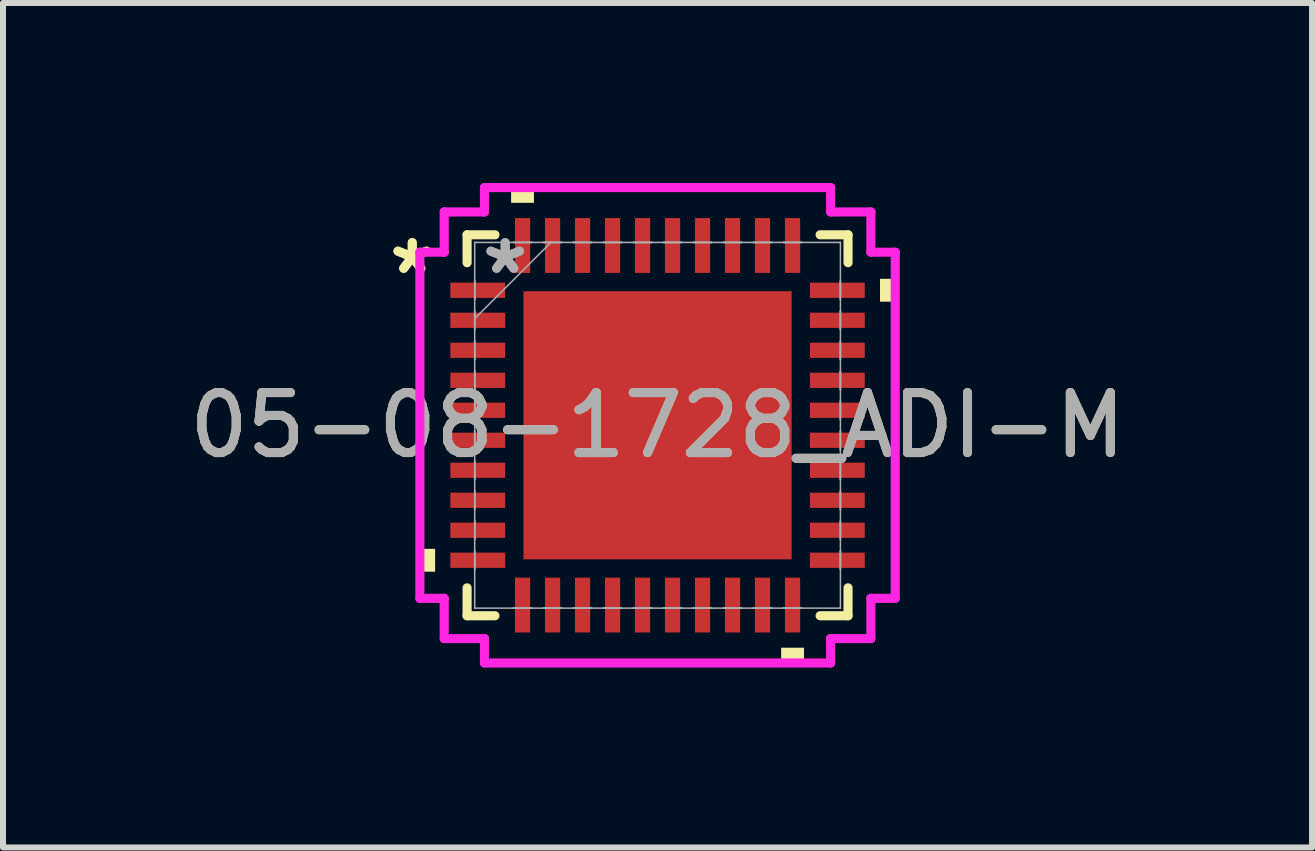
<source format=kicad_pcb>
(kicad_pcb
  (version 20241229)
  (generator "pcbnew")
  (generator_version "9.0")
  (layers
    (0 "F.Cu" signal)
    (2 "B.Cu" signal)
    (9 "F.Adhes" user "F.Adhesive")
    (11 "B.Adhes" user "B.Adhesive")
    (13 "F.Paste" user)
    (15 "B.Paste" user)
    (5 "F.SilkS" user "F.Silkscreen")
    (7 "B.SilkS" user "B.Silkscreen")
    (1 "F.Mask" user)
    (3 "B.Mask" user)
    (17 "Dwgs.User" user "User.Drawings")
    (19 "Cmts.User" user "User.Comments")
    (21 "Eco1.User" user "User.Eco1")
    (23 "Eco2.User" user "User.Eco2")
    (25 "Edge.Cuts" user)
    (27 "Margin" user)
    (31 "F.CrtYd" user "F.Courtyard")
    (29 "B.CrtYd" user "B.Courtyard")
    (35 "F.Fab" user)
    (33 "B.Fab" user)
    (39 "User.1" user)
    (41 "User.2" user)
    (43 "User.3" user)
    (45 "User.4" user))
  (footprint "05-08-1728_ADI-M"
    (layer "F.Cu")
    (at 7.911 4.039)
    (property "Reference" "05-08-1728_ADI-M" (at 0 0 0) (unlocked yes) (layer "F.SilkS") (effects (font (size 1 1) (thickness 0.15))))
    (attr smd)
    (fp_line (start -3.175 -3.175) (end -3.175 -2.71) (stroke (width 0.152) (type solid)) (layer "F.SilkS"))
    (fp_line (start -3.175 2.71) (end -3.175 3.175) (stroke (width 0.152) (type solid)) (layer "F.SilkS"))
    (fp_line (start -3.175 3.175) (end -2.71 3.175) (stroke (width 0.152) (type solid)) (layer "F.SilkS"))
    (fp_line (start -2.71 -3.175) (end -3.175 -3.175) (stroke (width 0.152) (type solid)) (layer "F.SilkS"))
    (fp_line (start 2.71 3.175) (end 3.175 3.175) (stroke (width 0.152) (type solid)) (layer "F.SilkS"))
    (fp_line (start 3.175 -3.175) (end 2.71 -3.175) (stroke (width 0.152) (type solid)) (layer "F.SilkS"))
    (fp_line (start 3.175 -2.71) (end 3.175 -3.175) (stroke (width 0.152) (type solid)) (layer "F.SilkS"))
    (fp_line (start 3.175 3.175) (end 3.175 2.71) (stroke (width 0.152) (type solid)) (layer "F.SilkS"))
    (fp_poly (pts (xy -3.962 2.06) (xy -3.962 2.441) (xy -3.708 2.441) (xy -3.708 2.06)) (stroke (width 0) (type solid)) (fill yes) (layer "F.SilkS"))
    (fp_poly (pts (xy -2.441 -3.708) (xy -2.441 -3.962) (xy -2.06 -3.962) (xy -2.06 -3.708)) (stroke (width 0) (type solid)) (fill yes) (layer "F.SilkS"))
    (fp_poly (pts (xy 2.06 3.708) (xy 2.06 3.962) (xy 2.441 3.962) (xy 2.441 3.708)) (stroke (width 0) (type solid)) (fill yes) (layer "F.SilkS"))
    (fp_poly (pts (xy 3.962 -2.441) (xy 3.962 -2.06) (xy 3.708 -2.06) (xy 3.708 -2.441)) (stroke (width 0) (type solid)) (fill yes) (layer "F.SilkS"))
    (fp_poly (pts (xy -2.135 -2.135) (xy -2.135 -0.845) (xy -0.845 -0.845) (xy -0.845 -2.135)) (stroke (width 0) (type solid)) (fill yes) (layer "F.Paste"))
    (fp_poly (pts (xy -2.135 -0.645) (xy -2.135 0.645) (xy -0.845 0.645) (xy -0.845 -0.645)) (stroke (width 0) (type solid)) (fill yes) (layer "F.Paste"))
    (fp_poly (pts (xy -2.135 0.845) (xy -2.135 2.135) (xy -0.845 2.135) (xy -0.845 0.845)) (stroke (width 0) (type solid)) (fill yes) (layer "F.Paste"))
    (fp_poly (pts (xy -0.645 -2.135) (xy -0.645 -0.845) (xy 0.645 -0.845) (xy 0.645 -2.135)) (stroke (width 0) (type solid)) (fill yes) (layer "F.Paste"))
    (fp_poly (pts (xy -0.645 -0.645) (xy -0.645 0.645) (xy 0.645 0.645) (xy 0.645 -0.645)) (stroke (width 0) (type solid)) (fill yes) (layer "F.Paste"))
    (fp_poly (pts (xy -0.645 0.845) (xy -0.645 2.135) (xy 0.645 2.135) (xy 0.645 0.845)) (stroke (width 0) (type solid)) (fill yes) (layer "F.Paste"))
    (fp_poly (pts (xy 0.845 -2.135) (xy 0.845 -0.845) (xy 2.135 -0.845) (xy 2.135 -2.135)) (stroke (width 0) (type solid)) (fill yes) (layer "F.Paste"))
    (fp_poly (pts (xy 0.845 -0.645) (xy 0.845 0.645) (xy 2.135 0.645) (xy 2.135 -0.645)) (stroke (width 0) (type solid)) (fill yes) (layer "F.Paste"))
    (fp_poly (pts (xy 0.845 0.845) (xy 0.845 2.135) (xy 2.135 2.135) (xy 2.135 0.845)) (stroke (width 0) (type solid)) (fill yes) (layer "F.Paste"))
    (fp_line (start -3.962 -2.885) (end -3.556 -2.885) (stroke (width 0.152) (type solid)) (layer "F.CrtYd"))
    (fp_line (start -3.962 2.885) (end -3.962 -2.885) (stroke (width 0.152) (type solid)) (layer "F.CrtYd"))
    (fp_line (start -3.556 -3.556) (end -2.885 -3.556) (stroke (width 0.152) (type solid)) (layer "F.CrtYd"))
    (fp_line (start -3.556 -2.885) (end -3.556 -3.556) (stroke (width 0.152) (type solid)) (layer "F.CrtYd"))
    (fp_line (start -3.556 2.885) (end -3.962 2.885) (stroke (width 0.152) (type solid)) (layer "F.CrtYd"))
    (fp_line (start -3.556 3.556) (end -3.556 2.885) (stroke (width 0.152) (type solid)) (layer "F.CrtYd"))
    (fp_line (start -2.885 -3.962) (end 2.885 -3.962) (stroke (width 0.152) (type solid)) (layer "F.CrtYd"))
    (fp_line (start -2.885 -3.556) (end -2.885 -3.962) (stroke (width 0.152) (type solid)) (layer "F.CrtYd"))
    (fp_line (start -2.885 3.556) (end -3.556 3.556) (stroke (width 0.152) (type solid)) (layer "F.CrtYd"))
    (fp_line (start -2.885 3.962) (end -2.885 3.556) (stroke (width 0.152) (type solid)) (layer "F.CrtYd"))
    (fp_line (start 2.885 -3.962) (end 2.885 -3.556) (stroke (width 0.152) (type solid)) (layer "F.CrtYd"))
    (fp_line (start 2.885 -3.556) (end 3.556 -3.556) (stroke (width 0.152) (type solid)) (layer "F.CrtYd"))
    (fp_line (start 2.885 3.556) (end 2.885 3.962) (stroke (width 0.152) (type solid)) (layer "F.CrtYd"))
    (fp_line (start 2.885 3.962) (end -2.885 3.962) (stroke (width 0.152) (type solid)) (layer "F.CrtYd"))
    (fp_line (start 3.556 -3.556) (end 3.556 -2.885) (stroke (width 0.152) (type solid)) (layer "F.CrtYd"))
    (fp_line (start 3.556 -2.885) (end 3.962 -2.885) (stroke (width 0.152) (type solid)) (layer "F.CrtYd"))
    (fp_line (start 3.556 2.885) (end 3.556 3.556) (stroke (width 0.152) (type solid)) (layer "F.CrtYd"))
    (fp_line (start 3.556 3.556) (end 2.885 3.556) (stroke (width 0.152) (type solid)) (layer "F.CrtYd"))
    (fp_line (start 3.962 -2.885) (end 3.962 2.885) (stroke (width 0.152) (type solid)) (layer "F.CrtYd"))
    (fp_line (start 3.962 2.885) (end 3.556 2.885) (stroke (width 0.152) (type solid)) (layer "F.CrtYd"))
    (fp_line (start -3.048 -3.048) (end -3.048 -3.048) (stroke (width 0.025) (type solid)) (layer "F.Fab"))
    (fp_line (start -3.048 -3.048) (end -3.048 3.048) (stroke (width 0.025) (type solid)) (layer "F.Fab"))
    (fp_line (start -3.048 -2.402) (end -3.048 -2.402) (stroke (width 0.025) (type solid)) (layer "F.Fab"))
    (fp_line (start -3.048 -2.402) (end -3.048 -2.098) (stroke (width 0.025) (type solid)) (layer "F.Fab"))
    (fp_line (start -3.048 -2.098) (end -3.048 -2.402) (stroke (width 0.025) (type solid)) (layer "F.Fab"))
    (fp_line (start -3.048 -2.098) (end -3.048 -2.098) (stroke (width 0.025) (type solid)) (layer "F.Fab"))
    (fp_line (start -3.048 -1.902) (end -3.048 -1.902) (stroke (width 0.025) (type solid)) (layer "F.Fab"))
    (fp_line (start -3.048 -1.902) (end -3.048 -1.598) (stroke (width 0.025) (type solid)) (layer "F.Fab"))
    (fp_line (start -3.048 -1.778) (end -1.778 -3.048) (stroke (width 0.025) (type solid)) (layer "F.Fab"))
    (fp_line (start -3.048 -1.598) (end -3.048 -1.902) (stroke (width 0.025) (type solid)) (layer "F.Fab"))
    (fp_line (start -3.048 -1.598) (end -3.048 -1.598) (stroke (width 0.025) (type solid)) (layer "F.Fab"))
    (fp_line (start -3.048 -1.402) (end -3.048 -1.402) (stroke (width 0.025) (type solid)) (layer "F.Fab"))
    (fp_line (start -3.048 -1.402) (end -3.048 -1.098) (stroke (width 0.025) (type solid)) (layer "F.Fab"))
    (fp_line (start -3.048 -1.098) (end -3.048 -1.402) (stroke (width 0.025) (type solid)) (layer "F.Fab"))
    (fp_line (start -3.048 -1.098) (end -3.048 -1.098) (stroke (width 0.025) (type solid)) (layer "F.Fab"))
    (fp_line (start -3.048 -0.902) (end -3.048 -0.902) (stroke (width 0.025) (type solid)) (layer "F.Fab"))
    (fp_line (start -3.048 -0.902) (end -3.048 -0.598) (stroke (width 0.025) (type solid)) (layer "F.Fab"))
    (fp_line (start -3.048 -0.598) (end -3.048 -0.902) (stroke (width 0.025) (type solid)) (layer "F.Fab"))
    (fp_line (start -3.048 -0.598) (end -3.048 -0.598) (stroke (width 0.025) (type solid)) (layer "F.Fab"))
    (fp_line (start -3.048 -0.402) (end -3.048 -0.402) (stroke (width 0.025) (type solid)) (layer "F.Fab"))
    (fp_line (start -3.048 -0.402) (end -3.048 -0.098) (stroke (width 0.025) (type solid)) (layer "F.Fab"))
    (fp_line (start -3.048 -0.098) (end -3.048 -0.402) (stroke (width 0.025) (type solid)) (layer "F.Fab"))
    (fp_line (start -3.048 -0.098) (end -3.048 -0.098) (stroke (width 0.025) (type solid)) (layer "F.Fab"))
    (fp_line (start -3.048 0.098) (end -3.048 0.098) (stroke (width 0.025) (type solid)) (layer "F.Fab"))
    (fp_line (start -3.048 0.098) (end -3.048 0.402) (stroke (width 0.025) (type solid)) (layer "F.Fab"))
    (fp_line (start -3.048 0.402) (end -3.048 0.098) (stroke (width 0.025) (type solid)) (layer "F.Fab"))
    (fp_line (start -3.048 0.402) (end -3.048 0.402) (stroke (width 0.025) (type solid)) (layer "F.Fab"))
    (fp_line (start -3.048 0.598) (end -3.048 0.598) (stroke (width 0.025) (type solid)) (layer "F.Fab"))
    (fp_line (start -3.048 0.598) (end -3.048 0.902) (stroke (width 0.025) (type solid)) (layer "F.Fab"))
    (fp_line (start -3.048 0.902) (end -3.048 0.598) (stroke (width 0.025) (type solid)) (layer "F.Fab"))
    (fp_line (start -3.048 0.902) (end -3.048 0.902) (stroke (width 0.025) (type solid)) (layer "F.Fab"))
    (fp_line (start -3.048 1.098) (end -3.048 1.098) (stroke (width 0.025) (type solid)) (layer "F.Fab"))
    (fp_line (start -3.048 1.098) (end -3.048 1.402) (stroke (width 0.025) (type solid)) (layer "F.Fab"))
    (fp_line (start -3.048 1.402) (end -3.048 1.098) (stroke (width 0.025) (type solid)) (layer "F.Fab"))
    (fp_line (start -3.048 1.402) (end -3.048 1.402) (stroke (width 0.025) (type solid)) (layer "F.Fab"))
    (fp_line (start -3.048 1.598) (end -3.048 1.598) (stroke (width 0.025) (type solid)) (layer "F.Fab"))
    (fp_line (start -3.048 1.598) (end -3.048 1.902) (stroke (width 0.025) (type solid)) (layer "F.Fab"))
    (fp_line (start -3.048 1.902) (end -3.048 1.598) (stroke (width 0.025) (type solid)) (layer "F.Fab"))
    (fp_line (start -3.048 1.902) (end -3.048 1.902) (stroke (width 0.025) (type solid)) (layer "F.Fab"))
    (fp_line (start -3.048 2.098) (end -3.048 2.098) (stroke (width 0.025) (type solid)) (layer "F.Fab"))
    (fp_line (start -3.048 2.098) (end -3.048 2.402) (stroke (width 0.025) (type solid)) (layer "F.Fab"))
    (fp_line (start -3.048 2.402) (end -3.048 2.098) (stroke (width 0.025) (type solid)) (layer "F.Fab"))
    (fp_line (start -3.048 2.402) (end -3.048 2.402) (stroke (width 0.025) (type solid)) (layer "F.Fab"))
    (fp_line (start -3.048 3.048) (end -3.048 3.048) (stroke (width 0.025) (type solid)) (layer "F.Fab"))
    (fp_line (start -3.048 3.048) (end 3.048 3.048) (stroke (width 0.025) (type solid)) (layer "F.Fab"))
    (fp_line (start -2.402 -3.048) (end -2.402 -3.048) (stroke (width 0.025) (type solid)) (layer "F.Fab"))
    (fp_line (start -2.402 -3.048) (end -2.098 -3.048) (stroke (width 0.025) (type solid)) (layer "F.Fab"))
    (fp_line (start -2.402 3.048) (end -2.402 3.048) (stroke (width 0.025) (type solid)) (layer "F.Fab"))
    (fp_line (start -2.402 3.048) (end -2.098 3.048) (stroke (width 0.025) (type solid)) (layer "F.Fab"))
    (fp_line (start -2.098 -3.048) (end -2.402 -3.048) (stroke (width 0.025) (type solid)) (layer "F.Fab"))
    (fp_line (start -2.098 -3.048) (end -2.098 -3.048) (stroke (width 0.025) (type solid)) (layer "F.Fab"))
    (fp_line (start -2.098 3.048) (end -2.402 3.048) (stroke (width 0.025) (type solid)) (layer "F.Fab"))
    (fp_line (start -2.098 3.048) (end -2.098 3.048) (stroke (width 0.025) (type solid)) (layer "F.Fab"))
    (fp_line (start -1.902 -3.048) (end -1.902 -3.048) (stroke (width 0.025) (type solid)) (layer "F.Fab"))
    (fp_line (start -1.902 -3.048) (end -1.598 -3.048) (stroke (width 0.025) (type solid)) (layer "F.Fab"))
    (fp_line (start -1.902 3.048) (end -1.902 3.048) (stroke (width 0.025) (type solid)) (layer "F.Fab"))
    (fp_line (start -1.902 3.048) (end -1.598 3.048) (stroke (width 0.025) (type solid)) (layer "F.Fab"))
    (fp_line (start -1.598 -3.048) (end -1.902 -3.048) (stroke (width 0.025) (type solid)) (layer "F.Fab"))
    (fp_line (start -1.598 -3.048) (end -1.598 -3.048) (stroke (width 0.025) (type solid)) (layer "F.Fab"))
    (fp_line (start -1.598 3.048) (end -1.902 3.048) (stroke (width 0.025) (type solid)) (layer "F.Fab"))
    (fp_line (start -1.598 3.048) (end -1.598 3.048) (stroke (width 0.025) (type solid)) (layer "F.Fab"))
    (fp_line (start -1.402 -3.048) (end -1.402 -3.048) (stroke (width 0.025) (type solid)) (layer "F.Fab"))
    (fp_line (start -1.402 -3.048) (end -1.098 -3.048) (stroke (width 0.025) (type solid)) (layer "F.Fab"))
    (fp_line (start -1.402 3.048) (end -1.402 3.048) (stroke (width 0.025) (type solid)) (layer "F.Fab"))
    (fp_line (start -1.402 3.048) (end -1.098 3.048) (stroke (width 0.025) (type solid)) (layer "F.Fab"))
    (fp_line (start -1.098 -3.048) (end -1.402 -3.048) (stroke (width 0.025) (type solid)) (layer "F.Fab"))
    (fp_line (start -1.098 -3.048) (end -1.098 -3.048) (stroke (width 0.025) (type solid)) (layer "F.Fab"))
    (fp_line (start -1.098 3.048) (end -1.402 3.048) (stroke (width 0.025) (type solid)) (layer "F.Fab"))
    (fp_line (start -1.098 3.048) (end -1.098 3.048) (stroke (width 0.025) (type solid)) (layer "F.Fab"))
    (fp_line (start -0.902 -3.048) (end -0.902 -3.048) (stroke (width 0.025) (type solid)) (layer "F.Fab"))
    (fp_line (start -0.902 -3.048) (end -0.598 -3.048) (stroke (width 0.025) (type solid)) (layer "F.Fab"))
    (fp_line (start -0.902 3.048) (end -0.902 3.048) (stroke (width 0.025) (type solid)) (layer "F.Fab"))
    (fp_line (start -0.902 3.048) (end -0.598 3.048) (stroke (width 0.025) (type solid)) (layer "F.Fab"))
    (fp_line (start -0.598 -3.048) (end -0.902 -3.048) (stroke (width 0.025) (type solid)) (layer "F.Fab"))
    (fp_line (start -0.598 -3.048) (end -0.598 -3.048) (stroke (width 0.025) (type solid)) (layer "F.Fab"))
    (fp_line (start -0.598 3.048) (end -0.902 3.048) (stroke (width 0.025) (type solid)) (layer "F.Fab"))
    (fp_line (start -0.598 3.048) (end -0.598 3.048) (stroke (width 0.025) (type solid)) (layer "F.Fab"))
    (fp_line (start -0.402 -3.048) (end -0.402 -3.048) (stroke (width 0.025) (type solid)) (layer "F.Fab"))
    (fp_line (start -0.402 -3.048) (end -0.098 -3.048) (stroke (width 0.025) (type solid)) (layer "F.Fab"))
    (fp_line (start -0.402 3.048) (end -0.402 3.048) (stroke (width 0.025) (type solid)) (layer "F.Fab"))
    (fp_line (start -0.402 3.048) (end -0.098 3.048) (stroke (width 0.025) (type solid)) (layer "F.Fab"))
    (fp_line (start -0.098 -3.048) (end -0.402 -3.048) (stroke (width 0.025) (type solid)) (layer "F.Fab"))
    (fp_line (start -0.098 -3.048) (end -0.098 -3.048) (stroke (width 0.025) (type solid)) (layer "F.Fab"))
    (fp_line (start -0.098 3.048) (end -0.402 3.048) (stroke (width 0.025) (type solid)) (layer "F.Fab"))
    (fp_line (start -0.098 3.048) (end -0.098 3.048) (stroke (width 0.025) (type solid)) (layer "F.Fab"))
    (fp_line (start 0.098 -3.048) (end 0.098 -3.048) (stroke (width 0.025) (type solid)) (layer "F.Fab"))
    (fp_line (start 0.098 -3.048) (end 0.402 -3.048) (stroke (width 0.025) (type solid)) (layer "F.Fab"))
    (fp_line (start 0.098 3.048) (end 0.098 3.048) (stroke (width 0.025) (type solid)) (layer "F.Fab"))
    (fp_line (start 0.098 3.048) (end 0.402 3.048) (stroke (width 0.025) (type solid)) (layer "F.Fab"))
    (fp_line (start 0.402 -3.048) (end 0.098 -3.048) (stroke (width 0.025) (type solid)) (layer "F.Fab"))
    (fp_line (start 0.402 -3.048) (end 0.402 -3.048) (stroke (width 0.025) (type solid)) (layer "F.Fab"))
    (fp_line (start 0.402 3.048) (end 0.098 3.048) (stroke (width 0.025) (type solid)) (layer "F.Fab"))
    (fp_line (start 0.402 3.048) (end 0.402 3.048) (stroke (width 0.025) (type solid)) (layer "F.Fab"))
    (fp_line (start 0.598 -3.048) (end 0.598 -3.048) (stroke (width 0.025) (type solid)) (layer "F.Fab"))
    (fp_line (start 0.598 -3.048) (end 0.902 -3.048) (stroke (width 0.025) (type solid)) (layer "F.Fab"))
    (fp_line (start 0.598 3.048) (end 0.598 3.048) (stroke (width 0.025) (type solid)) (layer "F.Fab"))
    (fp_line (start 0.598 3.048) (end 0.902 3.048) (stroke (width 0.025) (type solid)) (layer "F.Fab"))
    (fp_line (start 0.902 -3.048) (end 0.598 -3.048) (stroke (width 0.025) (type solid)) (layer "F.Fab"))
    (fp_line (start 0.902 -3.048) (end 0.902 -3.048) (stroke (width 0.025) (type solid)) (layer "F.Fab"))
    (fp_line (start 0.902 3.048) (end 0.598 3.048) (stroke (width 0.025) (type solid)) (layer "F.Fab"))
    (fp_line (start 0.902 3.048) (end 0.902 3.048) (stroke (width 0.025) (type solid)) (layer "F.Fab"))
    (fp_line (start 1.098 -3.048) (end 1.098 -3.048) (stroke (width 0.025) (type solid)) (layer "F.Fab"))
    (fp_line (start 1.098 -3.048) (end 1.402 -3.048) (stroke (width 0.025) (type solid)) (layer "F.Fab"))
    (fp_line (start 1.098 3.048) (end 1.098 3.048) (stroke (width 0.025) (type solid)) (layer "F.Fab"))
    (fp_line (start 1.098 3.048) (end 1.402 3.048) (stroke (width 0.025) (type solid)) (layer "F.Fab"))
    (fp_line (start 1.402 -3.048) (end 1.098 -3.048) (stroke (width 0.025) (type solid)) (layer "F.Fab"))
    (fp_line (start 1.402 -3.048) (end 1.402 -3.048) (stroke (width 0.025) (type solid)) (layer "F.Fab"))
    (fp_line (start 1.402 3.048) (end 1.098 3.048) (stroke (width 0.025) (type solid)) (layer "F.Fab"))
    (fp_line (start 1.402 3.048) (end 1.402 3.048) (stroke (width 0.025) (type solid)) (layer "F.Fab"))
    (fp_line (start 1.598 -3.048) (end 1.598 -3.048) (stroke (width 0.025) (type solid)) (layer "F.Fab"))
    (fp_line (start 1.598 -3.048) (end 1.902 -3.048) (stroke (width 0.025) (type solid)) (layer "F.Fab"))
    (fp_line (start 1.598 3.048) (end 1.598 3.048) (stroke (width 0.025) (type solid)) (layer "F.Fab"))
    (fp_line (start 1.598 3.048) (end 1.902 3.048) (stroke (width 0.025) (type solid)) (layer "F.Fab"))
    (fp_line (start 1.902 -3.048) (end 1.598 -3.048) (stroke (width 0.025) (type solid)) (layer "F.Fab"))
    (fp_line (start 1.902 -3.048) (end 1.902 -3.048) (stroke (width 0.025) (type solid)) (layer "F.Fab"))
    (fp_line (start 1.902 3.048) (end 1.598 3.048) (stroke (width 0.025) (type solid)) (layer "F.Fab"))
    (fp_line (start 1.902 3.048) (end 1.902 3.048) (stroke (width 0.025) (type solid)) (layer "F.Fab"))
    (fp_line (start 2.098 -3.048) (end 2.098 -3.048) (stroke (width 0.025) (type solid)) (layer "F.Fab"))
    (fp_line (start 2.098 -3.048) (end 2.402 -3.048) (stroke (width 0.025) (type solid)) (layer "F.Fab"))
    (fp_line (start 2.098 3.048) (end 2.098 3.048) (stroke (width 0.025) (type solid)) (layer "F.Fab"))
    (fp_line (start 2.098 3.048) (end 2.402 3.048) (stroke (width 0.025) (type solid)) (layer "F.Fab"))
    (fp_line (start 2.402 -3.048) (end 2.098 -3.048) (stroke (width 0.025) (type solid)) (layer "F.Fab"))
    (fp_line (start 2.402 -3.048) (end 2.402 -3.048) (stroke (width 0.025) (type solid)) (layer "F.Fab"))
    (fp_line (start 2.402 3.048) (end 2.098 3.048) (stroke (width 0.025) (type solid)) (layer "F.Fab"))
    (fp_line (start 2.402 3.048) (end 2.402 3.048) (stroke (width 0.025) (type solid)) (layer "F.Fab"))
    (fp_line (start 3.048 -3.048) (end -3.048 -3.048) (stroke (width 0.025) (type solid)) (layer "F.Fab"))
    (fp_line (start 3.048 -3.048) (end 3.048 -3.048) (stroke (width 0.025) (type solid)) (layer "F.Fab"))
    (fp_line (start 3.048 -2.402) (end 3.048 -2.402) (stroke (width 0.025) (type solid)) (layer "F.Fab"))
    (fp_line (start 3.048 -2.402) (end 3.048 -2.098) (stroke (width 0.025) (type solid)) (layer "F.Fab"))
    (fp_line (start 3.048 -2.098) (end 3.048 -2.402) (stroke (width 0.025) (type solid)) (layer "F.Fab"))
    (fp_line (start 3.048 -2.098) (end 3.048 -2.098) (stroke (width 0.025) (type solid)) (layer "F.Fab"))
    (fp_line (start 3.048 -1.902) (end 3.048 -1.902) (stroke (width 0.025) (type solid)) (layer "F.Fab"))
    (fp_line (start 3.048 -1.902) (end 3.048 -1.598) (stroke (width 0.025) (type solid)) (layer "F.Fab"))
    (fp_line (start 3.048 -1.598) (end 3.048 -1.902) (stroke (width 0.025) (type solid)) (layer "F.Fab"))
    (fp_line (start 3.048 -1.598) (end 3.048 -1.598) (stroke (width 0.025) (type solid)) (layer "F.Fab"))
    (fp_line (start 3.048 -1.402) (end 3.048 -1.402) (stroke (width 0.025) (type solid)) (layer "F.Fab"))
    (fp_line (start 3.048 -1.402) (end 3.048 -1.098) (stroke (width 0.025) (type solid)) (layer "F.Fab"))
    (fp_line (start 3.048 -1.098) (end 3.048 -1.402) (stroke (width 0.025) (type solid)) (layer "F.Fab"))
    (fp_line (start 3.048 -1.098) (end 3.048 -1.098) (stroke (width 0.025) (type solid)) (layer "F.Fab"))
    (fp_line (start 3.048 -0.902) (end 3.048 -0.902) (stroke (width 0.025) (type solid)) (layer "F.Fab"))
    (fp_line (start 3.048 -0.902) (end 3.048 -0.598) (stroke (width 0.025) (type solid)) (layer "F.Fab"))
    (fp_line (start 3.048 -0.598) (end 3.048 -0.902) (stroke (width 0.025) (type solid)) (layer "F.Fab"))
    (fp_line (start 3.048 -0.598) (end 3.048 -0.598) (stroke (width 0.025) (type solid)) (layer "F.Fab"))
    (fp_line (start 3.048 -0.402) (end 3.048 -0.402) (stroke (width 0.025) (type solid)) (layer "F.Fab"))
    (fp_line (start 3.048 -0.402) (end 3.048 -0.098) (stroke (width 0.025) (type solid)) (layer "F.Fab"))
    (fp_line (start 3.048 -0.098) (end 3.048 -0.402) (stroke (width 0.025) (type solid)) (layer "F.Fab"))
    (fp_line (start 3.048 -0.098) (end 3.048 -0.098) (stroke (width 0.025) (type solid)) (layer "F.Fab"))
    (fp_line (start 3.048 0.098) (end 3.048 0.098) (stroke (width 0.025) (type solid)) (layer "F.Fab"))
    (fp_line (start 3.048 0.098) (end 3.048 0.402) (stroke (width 0.025) (type solid)) (layer "F.Fab"))
    (fp_line (start 3.048 0.402) (end 3.048 0.098) (stroke (width 0.025) (type solid)) (layer "F.Fab"))
    (fp_line (start 3.048 0.402) (end 3.048 0.402) (stroke (width 0.025) (type solid)) (layer "F.Fab"))
    (fp_line (start 3.048 0.598) (end 3.048 0.598) (stroke (width 0.025) (type solid)) (layer "F.Fab"))
    (fp_line (start 3.048 0.598) (end 3.048 0.902) (stroke (width 0.025) (type solid)) (layer "F.Fab"))
    (fp_line (start 3.048 0.902) (end 3.048 0.598) (stroke (width 0.025) (type solid)) (layer "F.Fab"))
    (fp_line (start 3.048 0.902) (end 3.048 0.902) (stroke (width 0.025) (type solid)) (layer "F.Fab"))
    (fp_line (start 3.048 1.098) (end 3.048 1.098) (stroke (width 0.025) (type solid)) (layer "F.Fab"))
    (fp_line (start 3.048 1.098) (end 3.048 1.402) (stroke (width 0.025) (type solid)) (layer "F.Fab"))
    (fp_line (start 3.048 1.402) (end 3.048 1.098) (stroke (width 0.025) (type solid)) (layer "F.Fab"))
    (fp_line (start 3.048 1.402) (end 3.048 1.402) (stroke (width 0.025) (type solid)) (layer "F.Fab"))
    (fp_line (start 3.048 1.598) (end 3.048 1.598) (stroke (width 0.025) (type solid)) (layer "F.Fab"))
    (fp_line (start 3.048 1.598) (end 3.048 1.902) (stroke (width 0.025) (type solid)) (layer "F.Fab"))
    (fp_line (start 3.048 1.902) (end 3.048 1.598) (stroke (width 0.025) (type solid)) (layer "F.Fab"))
    (fp_line (start 3.048 1.902) (end 3.048 1.902) (stroke (width 0.025) (type solid)) (layer "F.Fab"))
    (fp_line (start 3.048 2.098) (end 3.048 2.098) (stroke (width 0.025) (type solid)) (layer "F.Fab"))
    (fp_line (start 3.048 2.098) (end 3.048 2.402) (stroke (width 0.025) (type solid)) (layer "F.Fab"))
    (fp_line (start 3.048 2.402) (end 3.048 2.098) (stroke (width 0.025) (type solid)) (layer "F.Fab"))
    (fp_line (start 3.048 2.402) (end 3.048 2.402) (stroke (width 0.025) (type solid)) (layer "F.Fab"))
    (fp_line (start 3.048 3.048) (end 3.048 -3.048) (stroke (width 0.025) (type solid)) (layer "F.Fab"))
    (fp_line (start 3.048 3.048) (end 3.048 3.048) (stroke (width 0.025) (type solid)) (layer "F.Fab"))
    (fp_text user "*" (at -4.089 -2.5 0) (unlocked yes) (layer "F.SilkS") (effects (font (size 1 1) (thickness 0.15))))
    (fp_text user "*" (at -4.089 -2.5 0) (layer "F.SilkS") (effects (font (size 1 1) (thickness 0.15))))
    (fp_text user "${REFERENCE}" (at 0 0 0) (unlocked yes) (layer "F.Fab") (effects (font (size 1 1) (thickness 0.15))))
    (fp_text user "*" (at -2.54 -2.5 0) (unlocked yes) (layer "F.Fab") (effects (font (size 1 1) (thickness 0.15))))
    (fp_text user "*" (at -2.54 -2.5 0) (layer "F.Fab") (effects (font (size 1 1) (thickness 0.15))))
    (pad "1" smd rect (at -2.997 -2.25 90) (size 0.254 0.914) (layers "F.Cu" "F.Mask" "F.Paste"))
    (pad "2" smd rect (at -2.997 -1.75 90) (size 0.254 0.914) (layers "F.Cu" "F.Mask" "F.Paste"))
    (pad "3" smd rect (at -2.997 -1.25 90) (size 0.254 0.914) (layers "F.Cu" "F.Mask" "F.Paste"))
    (pad "4" smd rect (at -2.997 -0.75 90) (size 0.254 0.914) (layers "F.Cu" "F.Mask" "F.Paste"))
    (pad "5" smd rect (at -2.997 -0.25 90) (size 0.254 0.914) (layers "F.Cu" "F.Mask" "F.Paste"))
    (pad "6" smd rect (at -2.997 0.25 90) (size 0.254 0.914) (layers "F.Cu" "F.Mask" "F.Paste"))
    (pad "7" smd rect (at -2.997 0.75 90) (size 0.254 0.914) (layers "F.Cu" "F.Mask" "F.Paste"))
    (pad "8" smd rect (at -2.997 1.25 90) (size 0.254 0.914) (layers "F.Cu" "F.Mask" "F.Paste"))
    (pad "9" smd rect (at -2.997 1.75 90) (size 0.254 0.914) (layers "F.Cu" "F.Mask" "F.Paste"))
    (pad "10" smd rect (at -2.997 2.25 90) (size 0.254 0.914) (layers "F.Cu" "F.Mask" "F.Paste"))
    (pad "11" smd rect (at -2.25 2.997) (size 0.254 0.914) (layers "F.Cu" "F.Mask" "F.Paste"))
    (pad "12" smd rect (at -1.75 2.997) (size 0.254 0.914) (layers "F.Cu" "F.Mask" "F.Paste"))
    (pad "13" smd rect (at -1.25 2.997) (size 0.254 0.914) (layers "F.Cu" "F.Mask" "F.Paste"))
    (pad "14" smd rect (at -0.75 2.997) (size 0.254 0.914) (layers "F.Cu" "F.Mask" "F.Paste"))
    (pad "15" smd rect (at -0.25 2.997) (size 0.254 0.914) (layers "F.Cu" "F.Mask" "F.Paste"))
    (pad "16" smd rect (at 0.25 2.997) (size 0.254 0.914) (layers "F.Cu" "F.Mask" "F.Paste"))
    (pad "17" smd rect (at 0.75 2.997) (size 0.254 0.914) (layers "F.Cu" "F.Mask" "F.Paste"))
    (pad "18" smd rect (at 1.25 2.997) (size 0.254 0.914) (layers "F.Cu" "F.Mask" "F.Paste"))
    (pad "19" smd rect (at 1.75 2.997) (size 0.254 0.914) (layers "F.Cu" "F.Mask" "F.Paste"))
    (pad "20" smd rect (at 2.25 2.997) (size 0.254 0.914) (layers "F.Cu" "F.Mask" "F.Paste"))
    (pad "21" smd rect (at 2.997 2.25 90) (size 0.254 0.914) (layers "F.Cu" "F.Mask" "F.Paste"))
    (pad "22" smd rect (at 2.997 1.75 90) (size 0.254 0.914) (layers "F.Cu" "F.Mask" "F.Paste"))
    (pad "23" smd rect (at 2.997 1.25 90) (size 0.254 0.914) (layers "F.Cu" "F.Mask" "F.Paste"))
    (pad "24" smd rect (at 2.997 0.75 90) (size 0.254 0.914) (layers "F.Cu" "F.Mask" "F.Paste"))
    (pad "25" smd rect (at 2.997 0.25 90) (size 0.254 0.914) (layers "F.Cu" "F.Mask" "F.Paste"))
    (pad "26" smd rect (at 2.997 -0.25 90) (size 0.254 0.914) (layers "F.Cu" "F.Mask" "F.Paste"))
    (pad "27" smd rect (at 2.997 -0.75 90) (size 0.254 0.914) (layers "F.Cu" "F.Mask" "F.Paste"))
    (pad "28" smd rect (at 2.997 -1.25 90) (size 0.254 0.914) (layers "F.Cu" "F.Mask" "F.Paste"))
    (pad "29" smd rect (at 2.997 -1.75 90) (size 0.254 0.914) (layers "F.Cu" "F.Mask" "F.Paste"))
    (pad "30" smd rect (at 2.997 -2.25 90) (size 0.254 0.914) (layers "F.Cu" "F.Mask" "F.Paste"))
    (pad "31" smd rect (at 2.25 -2.997) (size 0.254 0.914) (layers "F.Cu" "F.Mask" "F.Paste"))
    (pad "32" smd rect (at 1.75 -2.997) (size 0.254 0.914) (layers "F.Cu" "F.Mask" "F.Paste"))
    (pad "33" smd rect (at 1.25 -2.997) (size 0.254 0.914) (layers "F.Cu" "F.Mask" "F.Paste"))
    (pad "34" smd rect (at 0.75 -2.997) (size 0.254 0.914) (layers "F.Cu" "F.Mask" "F.Paste"))
    (pad "35" smd rect (at 0.25 -2.997) (size 0.254 0.914) (layers "F.Cu" "F.Mask" "F.Paste"))
    (pad "36" smd rect (at -0.25 -2.997) (size 0.254 0.914) (layers "F.Cu" "F.Mask" "F.Paste"))
    (pad "37" smd rect (at -0.75 -2.997) (size 0.254 0.914) (layers "F.Cu" "F.Mask" "F.Paste"))
    (pad "38" smd rect (at -1.25 -2.997) (size 0.254 0.914) (layers "F.Cu" "F.Mask" "F.Paste"))
    (pad "39" smd rect (at -1.75 -2.997) (size 0.254 0.914) (layers "F.Cu" "F.Mask" "F.Paste"))
    (pad "40" smd rect (at -2.25 -2.997) (size 0.254 0.914) (layers "F.Cu" "F.Mask" "F.Paste"))
    (pad "41" smd rect (at 0 0) (size 4.47 4.47) (layers "F.Cu" "F.Mask")))
  (gr_rect
    (start -3 -3)
    (end 18.821 11.077)
    (stroke (width 0.1) (type default))
    (fill no)
    (layer "Edge.Cuts")))
</source>
